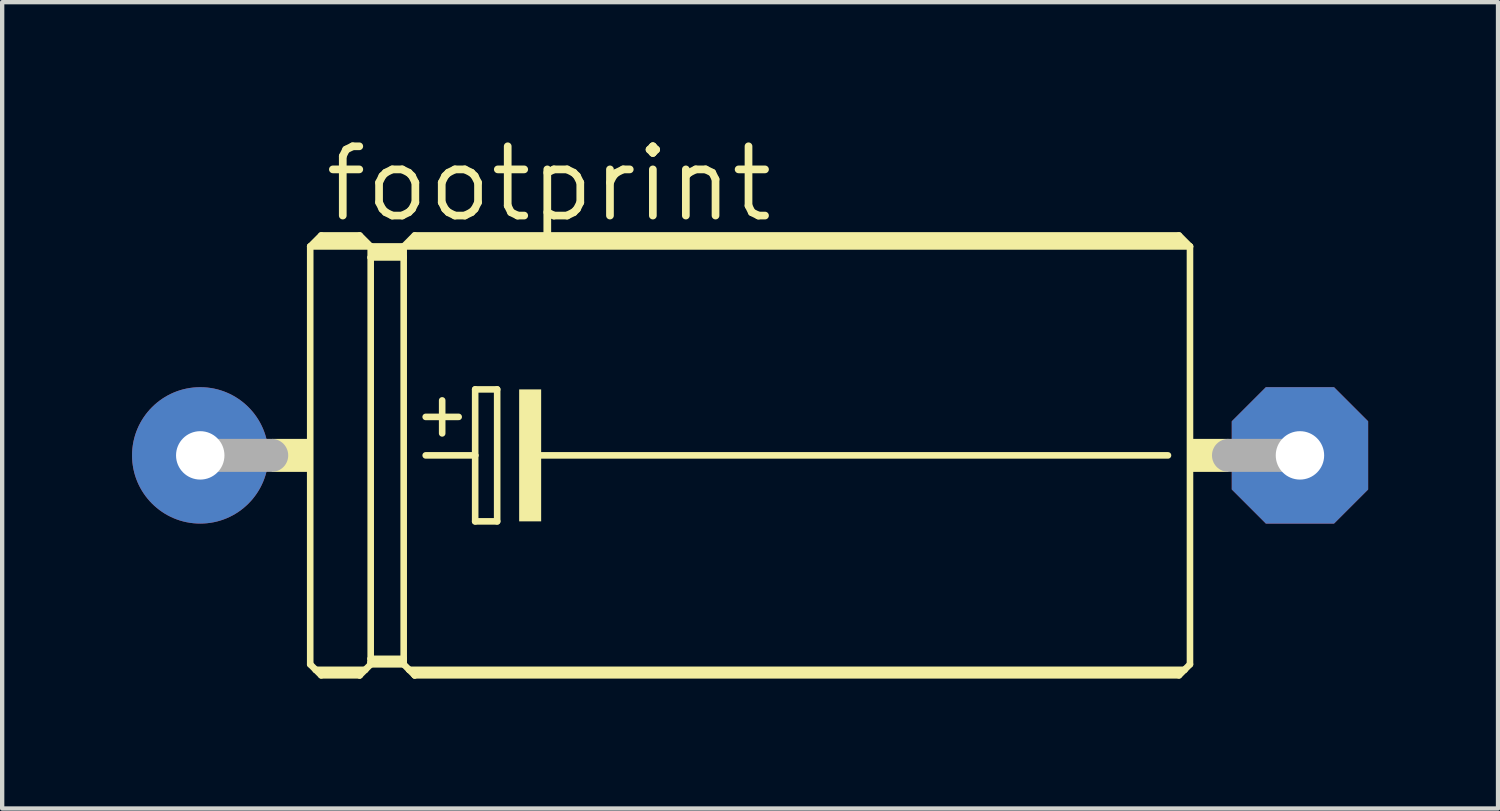
<source format=kicad_pcb>
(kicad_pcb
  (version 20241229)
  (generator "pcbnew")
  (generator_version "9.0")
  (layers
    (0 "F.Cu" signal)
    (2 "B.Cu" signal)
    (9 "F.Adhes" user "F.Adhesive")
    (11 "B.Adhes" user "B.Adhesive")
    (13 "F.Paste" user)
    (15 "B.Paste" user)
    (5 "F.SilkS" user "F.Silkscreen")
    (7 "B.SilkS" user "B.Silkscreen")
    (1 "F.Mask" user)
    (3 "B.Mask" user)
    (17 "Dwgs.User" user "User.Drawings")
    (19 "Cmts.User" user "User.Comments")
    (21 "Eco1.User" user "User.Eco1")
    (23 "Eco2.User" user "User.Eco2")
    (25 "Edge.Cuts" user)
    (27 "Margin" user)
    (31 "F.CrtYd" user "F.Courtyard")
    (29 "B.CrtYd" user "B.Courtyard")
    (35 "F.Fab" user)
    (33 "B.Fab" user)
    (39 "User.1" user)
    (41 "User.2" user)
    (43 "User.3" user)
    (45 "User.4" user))
  (footprint "footprint"
    (layer "F.Cu")
    (at 14.275 7.468)
    (property "Reference" "footprint" (at -9.906 -5.334 0) (layer "F.SilkS") (effects (font (size 1.6 1.6) (thickness 0.178)) (justify left bottom)))
    (fp_line (start -10.16 -4.826) (end -10.16 4.826) (stroke (width 0.152) (type solid)) (layer "F.SilkS"))
    (fp_line (start -10.16 -4.826) (end -9.906 -5.08) (stroke (width 0.152) (type solid)) (layer "F.SilkS"))
    (fp_line (start -10.16 -4.826) (end -8.763 -4.826) (stroke (width 0.152) (type solid)) (layer "F.SilkS"))
    (fp_line (start -10.16 4.826) (end -10.033 4.953) (stroke (width 0.152) (type solid)) (layer "F.SilkS"))
    (fp_line (start -10.033 4.953) (end -9.906 5.08) (stroke (width 0.152) (type solid)) (layer "F.SilkS"))
    (fp_line (start -10.033 4.953) (end -8.89 4.953) (stroke (width 0.152) (type solid)) (layer "F.SilkS"))
    (fp_line (start -9.906 -5.08) (end -9.017 -5.08) (stroke (width 0.152) (type solid)) (layer "F.SilkS"))
    (fp_line (start -9.906 -4.953) (end -9.017 -4.953) (stroke (width 0.305) (type solid)) (layer "F.SilkS"))
    (fp_line (start -9.906 5.029) (end -9.017 5.029) (stroke (width 0.152) (type solid)) (layer "F.SilkS"))
    (fp_line (start -9.906 5.08) (end -9.017 5.08) (stroke (width 0.152) (type solid)) (layer "F.SilkS"))
    (fp_line (start -9.017 -5.08) (end -8.763 -4.826) (stroke (width 0.152) (type solid)) (layer "F.SilkS"))
    (fp_line (start -9.017 5.029) (end -9.017 5.08) (stroke (width 0.152) (type solid)) (layer "F.SilkS"))
    (fp_line (start -9.017 5.08) (end -8.89 4.953) (stroke (width 0.152) (type solid)) (layer "F.SilkS"))
    (fp_line (start -8.89 4.953) (end -8.763 4.826) (stroke (width 0.152) (type solid)) (layer "F.SilkS"))
    (fp_line (start -8.763 -4.826) (end -8.763 -4.572) (stroke (width 0.152) (type solid)) (layer "F.SilkS"))
    (fp_line (start -8.763 -4.572) (end -8.001 -4.572) (stroke (width 0.152) (type solid)) (layer "F.SilkS"))
    (fp_line (start -8.763 4.699) (end -8.763 -4.572) (stroke (width 0.152) (type solid)) (layer "F.SilkS"))
    (fp_line (start -8.763 4.699) (end -8.001 4.699) (stroke (width 0.152) (type solid)) (layer "F.SilkS"))
    (fp_line (start -8.763 4.775) (end -8.763 4.699) (stroke (width 0.152) (type solid)) (layer "F.SilkS"))
    (fp_line (start -8.763 4.775) (end -8.001 4.775) (stroke (width 0.152) (type solid)) (layer "F.SilkS"))
    (fp_line (start -8.763 4.826) (end -8.763 4.775) (stroke (width 0.152) (type solid)) (layer "F.SilkS"))
    (fp_line (start -8.636 -4.699) (end -8.128 -4.699) (stroke (width 0.305) (type solid)) (layer "F.SilkS"))
    (fp_line (start -8.001 -4.826) (end -8.763 -4.826) (stroke (width 0.152) (type solid)) (layer "F.SilkS"))
    (fp_line (start -8.001 -4.826) (end -8.001 -4.572) (stroke (width 0.152) (type solid)) (layer "F.SilkS"))
    (fp_line (start -8.001 -4.826) (end 10.16 -4.826) (stroke (width 0.152) (type solid)) (layer "F.SilkS"))
    (fp_line (start -8.001 4.699) (end -8.001 -4.572) (stroke (width 0.152) (type solid)) (layer "F.SilkS"))
    (fp_line (start -8.001 4.775) (end -8.001 4.699) (stroke (width 0.152) (type solid)) (layer "F.SilkS"))
    (fp_line (start -8.001 4.826) (end -8.763 4.826) (stroke (width 0.152) (type solid)) (layer "F.SilkS"))
    (fp_line (start -8.001 4.826) (end -8.001 4.775) (stroke (width 0.152) (type solid)) (layer "F.SilkS"))
    (fp_line (start -7.874 4.953) (end -8.001 4.826) (stroke (width 0.152) (type solid)) (layer "F.SilkS"))
    (fp_line (start -7.874 4.953) (end 10.033 4.953) (stroke (width 0.152) (type solid)) (layer "F.SilkS"))
    (fp_line (start -7.747 -5.08) (end -8.001 -4.826) (stroke (width 0.152) (type solid)) (layer "F.SilkS"))
    (fp_line (start -7.747 -5.08) (end 9.906 -5.08) (stroke (width 0.152) (type solid)) (layer "F.SilkS"))
    (fp_line (start -7.747 -4.953) (end 9.906 -4.953) (stroke (width 0.305) (type solid)) (layer "F.SilkS"))
    (fp_line (start -7.747 5.029) (end 9.906 5.029) (stroke (width 0.152) (type solid)) (layer "F.SilkS"))
    (fp_line (start -7.747 5.08) (end -7.874 4.953) (stroke (width 0.152) (type solid)) (layer "F.SilkS"))
    (fp_line (start -7.747 5.08) (end -7.747 5.029) (stroke (width 0.152) (type solid)) (layer "F.SilkS"))
    (fp_line (start -7.747 5.08) (end 9.906 5.08) (stroke (width 0.152) (type solid)) (layer "F.SilkS"))
    (fp_line (start -7.493 -0.889) (end -6.731 -0.889) (stroke (width 0.152) (type solid)) (layer "F.SilkS"))
    (fp_line (start -7.493 0) (end -6.35 0) (stroke (width 0.152) (type solid)) (layer "F.SilkS"))
    (fp_line (start -7.112 -1.27) (end -7.112 -0.508) (stroke (width 0.152) (type solid)) (layer "F.SilkS"))
    (fp_line (start -6.35 -1.524) (end -6.35 0) (stroke (width 0.152) (type solid)) (layer "F.SilkS"))
    (fp_line (start -6.35 0) (end -6.35 1.524) (stroke (width 0.152) (type solid)) (layer "F.SilkS"))
    (fp_line (start -6.35 1.524) (end -5.842 1.524) (stroke (width 0.152) (type solid)) (layer "F.SilkS"))
    (fp_line (start -5.842 -1.524) (end -6.35 -1.524) (stroke (width 0.152) (type solid)) (layer "F.SilkS"))
    (fp_line (start -5.842 1.524) (end -5.842 -1.524) (stroke (width 0.152) (type solid)) (layer "F.SilkS"))
    (fp_line (start -4.953 0) (end 9.652 0) (stroke (width 0.152) (type solid)) (layer "F.SilkS"))
    (fp_line (start 9.906 -5.08) (end 10.16 -4.826) (stroke (width 0.152) (type solid)) (layer "F.SilkS"))
    (fp_line (start 9.906 5.08) (end 10.033 4.953) (stroke (width 0.152) (type solid)) (layer "F.SilkS"))
    (fp_line (start 10.033 4.953) (end 10.16 4.826) (stroke (width 0.152) (type solid)) (layer "F.SilkS"))
    (fp_line (start 10.16 4.826) (end 10.16 -4.826) (stroke (width 0.152) (type solid)) (layer "F.SilkS"))
    (fp_poly (pts (xy -11.049 0.381) (xy -10.16 0.381) (xy -10.16 -0.381) (xy -11.049 -0.381)) (stroke (width 0) (type solid)) (fill yes) (layer "F.SilkS"))
    (fp_poly (pts (xy -5.334 1.524) (xy -4.826 1.524) (xy -4.826 -1.524) (xy -5.334 -1.524)) (stroke (width 0) (type solid)) (fill yes) (layer "F.SilkS"))
    (fp_poly (pts (xy 10.16 0.381) (xy 11.049 0.381) (xy 11.049 -0.381) (xy 10.16 -0.381)) (stroke (width 0) (type solid)) (fill yes) (layer "F.SilkS"))
    (fp_line (start -12.7 0) (end -11.049 0) (stroke (width 0.762) (type solid)) (layer "F.Fab"))
    (fp_line (start 12.7 0) (end 11.049 0) (stroke (width 0.762) (type solid)) (layer "F.Fab"))
    (pad "+" thru_hole circle (at -12.7 0) (size 3.15 3.15) (drill 1.118) (layers "*.Cu" "*.Mask"))
    (pad "-" thru_hole roundrect (at 12.7 0) (size 3.15 3.15) (drill 1.118) (layers "*.Cu" "*.Mask") (roundrect_rratio 0.25) (chamfer_ratio 0.25) (chamfer top_left top_right bottom_left bottom_right)))
  (gr_rect
    (start -3 -3)
    (end 31.55 15.624)
    (stroke (width 0.1) (type default))
    (fill no)
    (layer "Edge.Cuts")))
</source>
